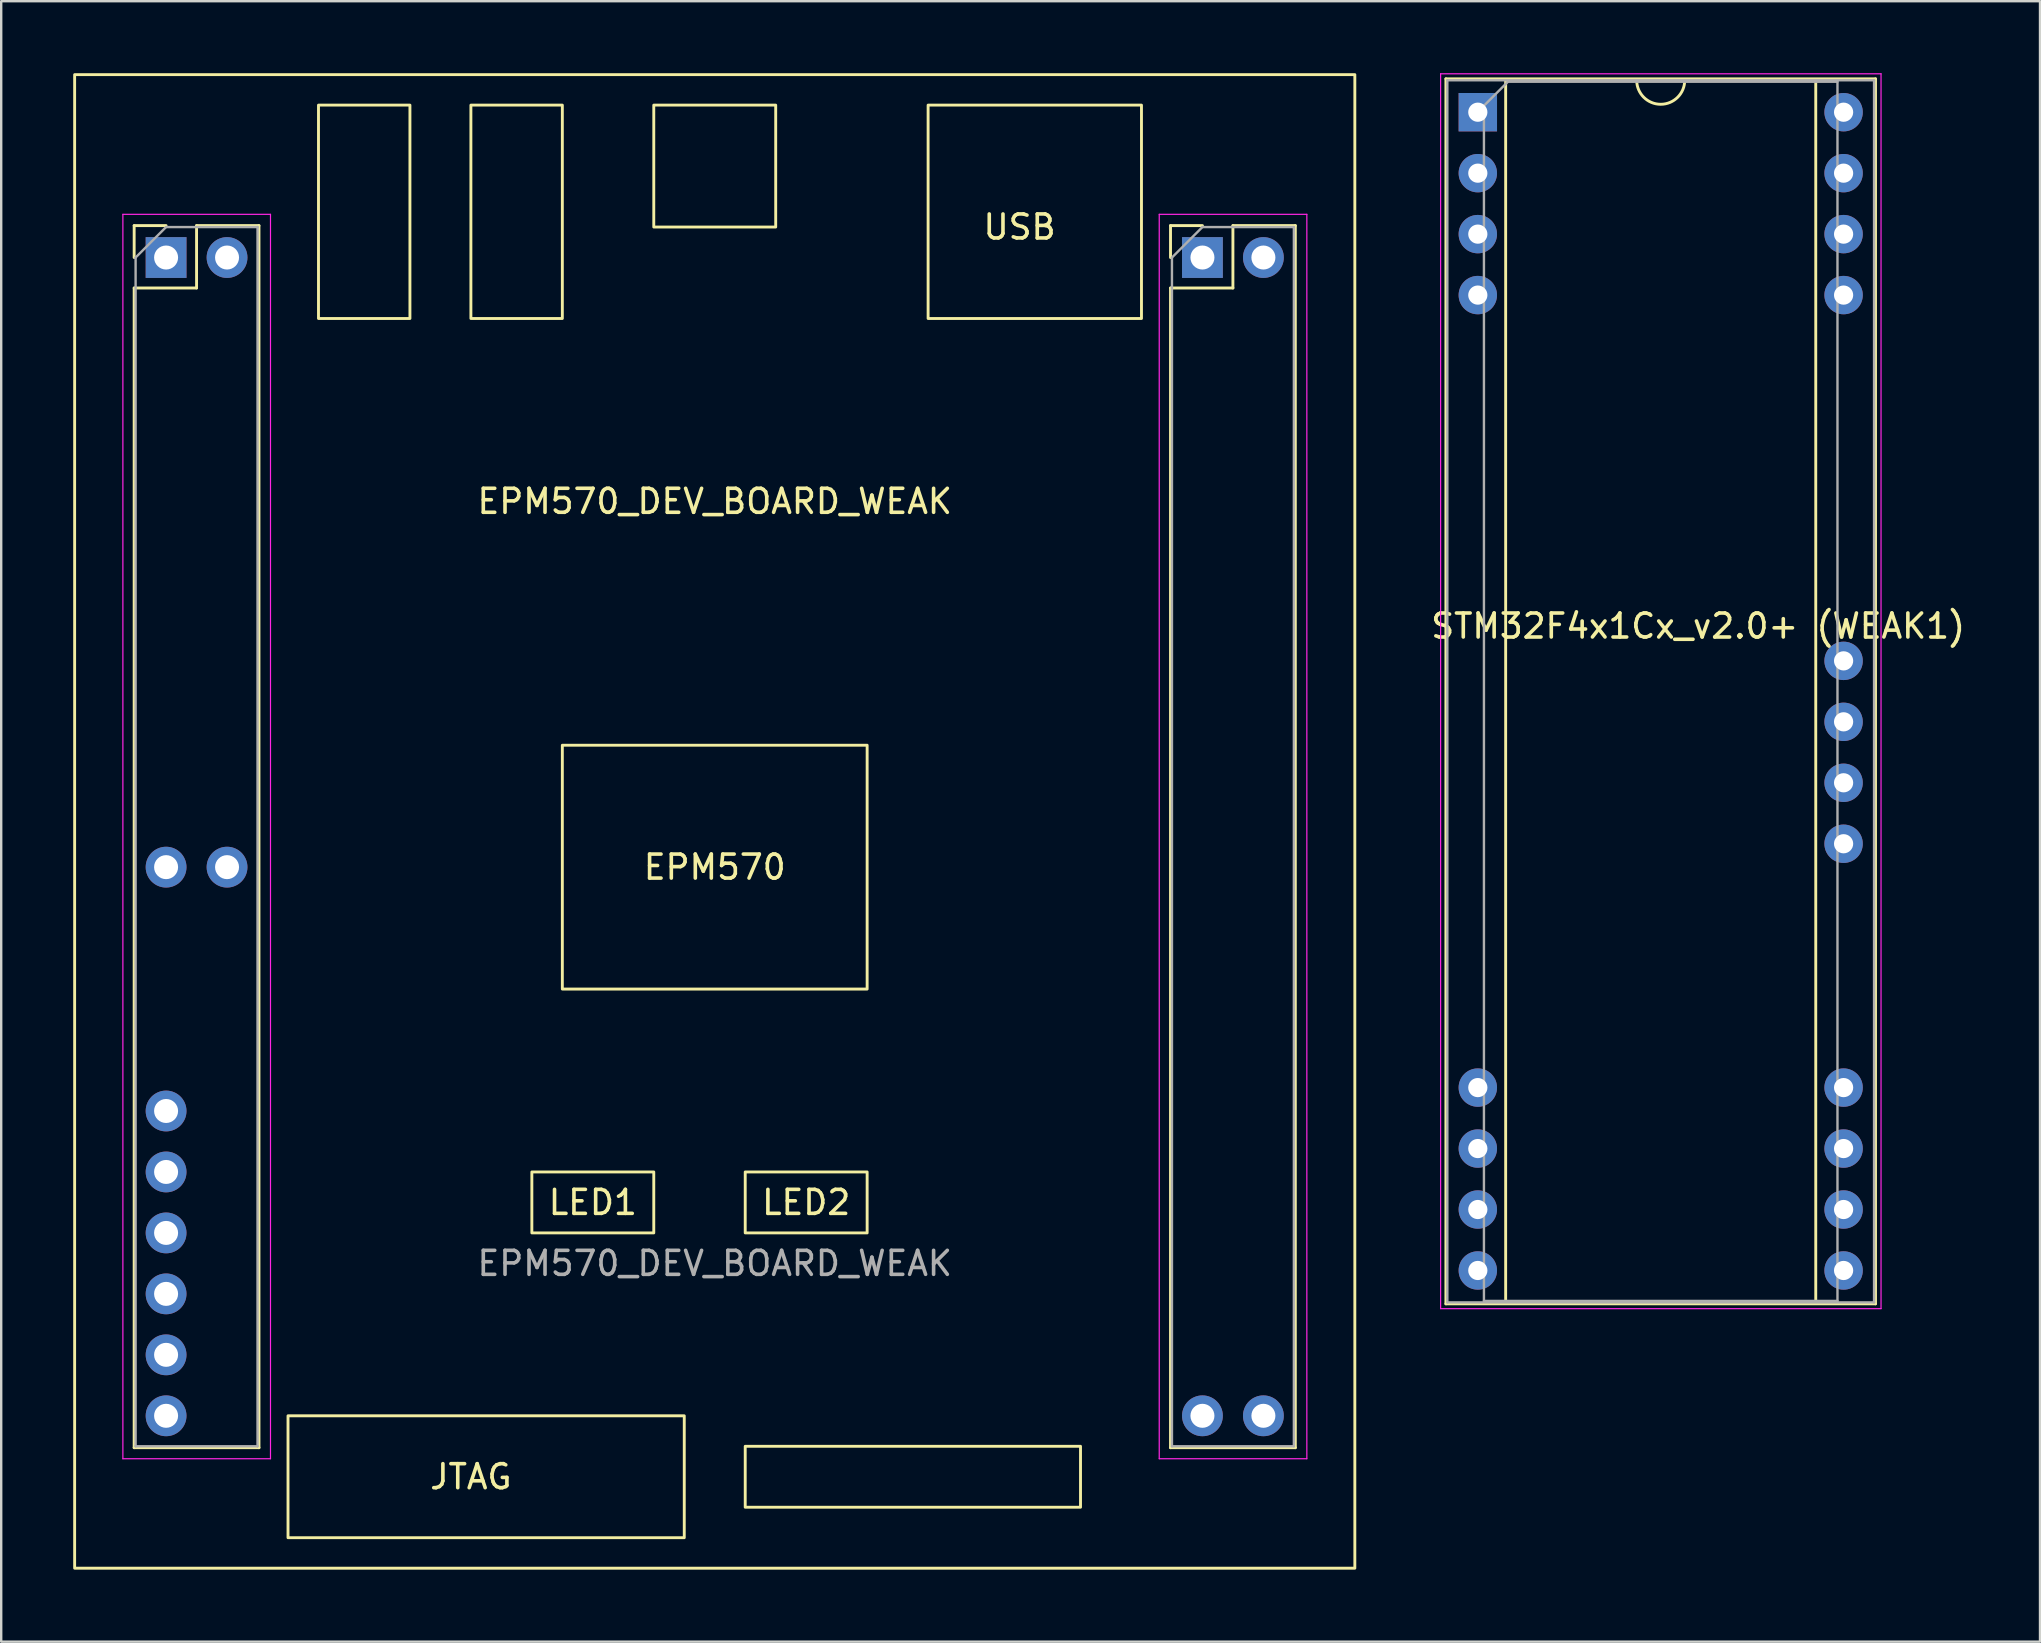
<source format=kicad_pcb>
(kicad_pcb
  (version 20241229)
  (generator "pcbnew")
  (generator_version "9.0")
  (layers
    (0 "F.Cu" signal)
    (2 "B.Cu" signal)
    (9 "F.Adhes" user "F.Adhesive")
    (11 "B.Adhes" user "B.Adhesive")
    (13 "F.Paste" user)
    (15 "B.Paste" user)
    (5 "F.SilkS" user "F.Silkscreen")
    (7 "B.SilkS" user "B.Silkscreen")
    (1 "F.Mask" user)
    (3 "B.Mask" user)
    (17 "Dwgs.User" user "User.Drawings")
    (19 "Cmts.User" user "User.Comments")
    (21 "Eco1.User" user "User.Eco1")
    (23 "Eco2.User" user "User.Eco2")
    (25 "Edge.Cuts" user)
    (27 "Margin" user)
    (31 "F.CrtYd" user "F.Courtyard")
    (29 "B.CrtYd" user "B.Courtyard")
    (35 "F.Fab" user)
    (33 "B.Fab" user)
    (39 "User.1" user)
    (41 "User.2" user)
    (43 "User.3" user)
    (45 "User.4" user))
  (footprint "STM32F4x1Cx_v2.0+ (WEAK1)"
    (layer "F.Cu")
    (at 67.704 23.535)
    (property "Reference" "STM32F4x1Cx_v2.0+ (WEAK1)" (at 0 -0.5 0) (unlocked yes) (layer "F.SilkS") (effects (font (size 1 1) (thickness 0.15))))
    (attr through_hole)
    (fp_line (start -10.51 -23.3) (end -10.51 27.74) (stroke (width 0.12) (type solid)) (layer "F.SilkS"))
    (fp_line (start -10.51 27.74) (end 7.39 27.74) (stroke (width 0.12) (type solid)) (layer "F.SilkS"))
    (fp_line (start -8.02 -23.24) (end -8.02 27.68) (stroke (width 0.12) (type solid)) (layer "F.SilkS"))
    (fp_line (start -8.02 27.68) (end 4.9 27.68) (stroke (width 0.12) (type solid)) (layer "F.SilkS"))
    (fp_line (start -2.56 -23.24) (end -8.02 -23.24) (stroke (width 0.12) (type solid)) (layer "F.SilkS"))
    (fp_line (start 4.9 -23.24) (end -0.56 -23.24) (stroke (width 0.12) (type solid)) (layer "F.SilkS"))
    (fp_line (start 4.9 27.68) (end 4.9 -23.24) (stroke (width 0.12) (type solid)) (layer "F.SilkS"))
    (fp_line (start 7.39 -23.3) (end -10.51 -23.3) (stroke (width 0.12) (type solid)) (layer "F.SilkS"))
    (fp_line (start 7.39 27.74) (end 7.39 -23.3) (stroke (width 0.12) (type solid)) (layer "F.SilkS"))
    (fp_arc (start -0.56 -23.24) (mid -1.56 -22.24) (end -2.56 -23.24) (stroke (width 0.12) (type solid)) (layer "F.SilkS"))
    (fp_line (start -10.73 -23.51) (end -10.73 27.94) (stroke (width 0.05) (type solid)) (layer "F.CrtYd"))
    (fp_line (start -10.73 27.94) (end 7.62 27.94) (stroke (width 0.05) (type solid)) (layer "F.CrtYd"))
    (fp_line (start 7.62 -23.51) (end -10.73 -23.51) (stroke (width 0.05) (type solid)) (layer "F.CrtYd"))
    (fp_line (start 7.62 27.94) (end 7.62 -23.51) (stroke (width 0.05) (type solid)) (layer "F.CrtYd"))
    (fp_line (start -10.45 -23.24) (end -10.45 27.68) (stroke (width 0.1) (type solid)) (layer "F.Fab"))
    (fp_line (start -10.45 27.68) (end 7.33 27.68) (stroke (width 0.1) (type solid)) (layer "F.Fab"))
    (fp_line (start -8.925 -22.18) (end -7.925 -23.18) (stroke (width 0.1) (type solid)) (layer "F.Fab"))
    (fp_line (start -8.925 27.62) (end -8.925 -22.18) (stroke (width 0.1) (type solid)) (layer "F.Fab"))
    (fp_line (start -7.925 -23.18) (end 5.805 -23.18) (stroke (width 0.1) (type solid)) (layer "F.Fab"))
    (fp_line (start 5.805 -23.18) (end 5.805 27.62) (stroke (width 0.1) (type solid)) (layer "F.Fab"))
    (fp_line (start 5.805 27.62) (end -8.925 27.62) (stroke (width 0.1) (type solid)) (layer "F.Fab"))
    (fp_line (start 7.33 -23.24) (end -10.45 -23.24) (stroke (width 0.1) (type solid)) (layer "F.Fab"))
    (fp_line (start 7.33 27.68) (end 7.33 -23.24) (stroke (width 0.1) (type solid)) (layer "F.Fab"))
    (pad "1" thru_hole rect (at -9.18 -21.91) (size 1.6 1.6) (drill 0.8) (layers "*.Cu" "*.Mask"))
    (pad "2" thru_hole oval (at -9.18 -19.37) (size 1.6 1.6) (drill 0.8) (layers "*.Cu" "*.Mask"))
    (pad "3" thru_hole oval (at -9.18 -16.83) (size 1.6 1.6) (drill 0.8) (layers "*.Cu" "*.Mask"))
    (pad "4" thru_hole oval (at -9.18 -14.29) (size 1.6 1.6) (drill 0.8) (layers "*.Cu" "*.Mask"))
    (pad "17" thru_hole oval (at -9.18 18.73) (size 1.6 1.6) (drill 0.8) (layers "*.Cu" "*.Mask"))
    (pad "18" thru_hole oval (at -9.18 21.27) (size 1.6 1.6) (drill 0.8) (layers "*.Cu" "*.Mask"))
    (pad "19" thru_hole oval (at -9.18 23.81) (size 1.6 1.6) (drill 0.8) (layers "*.Cu" "*.Mask"))
    (pad "20" thru_hole oval (at -9.18 26.35) (size 1.6 1.6) (drill 0.8) (layers "*.Cu" "*.Mask"))
    (pad "21" thru_hole oval (at 6.06 26.35) (size 1.6 1.6) (drill 0.8) (layers "*.Cu" "*.Mask"))
    (pad "22" thru_hole oval (at 6.06 23.81) (size 1.6 1.6) (drill 0.8) (layers "*.Cu" "*.Mask"))
    (pad "23" thru_hole oval (at 6.06 21.27) (size 1.6 1.6) (drill 0.8) (layers "*.Cu" "*.Mask"))
    (pad "24" thru_hole oval (at 6.06 18.73) (size 1.6 1.6) (drill 0.8) (layers "*.Cu" "*.Mask"))
    (pad "28" thru_hole oval (at 6.06 8.57) (size 1.6 1.6) (drill 0.8) (layers "*.Cu" "*.Mask"))
    (pad "29" thru_hole oval (at 6.06 6.03) (size 1.6 1.6) (drill 0.8) (layers "*.Cu" "*.Mask"))
    (pad "30" thru_hole oval (at 6.06 3.49) (size 1.6 1.6) (drill 0.8) (layers "*.Cu" "*.Mask"))
    (pad "31" thru_hole oval (at 6.06 0.95) (size 1.6 1.6) (drill 0.8) (layers "*.Cu" "*.Mask"))
    (pad "37" thru_hole oval (at 6.06 -14.29) (size 1.6 1.6) (drill 0.8) (layers "*.Cu" "*.Mask"))
    (pad "38" thru_hole oval (at 6.06 -16.83) (size 1.6 1.6) (drill 0.8) (layers "*.Cu" "*.Mask"))
    (pad "39" thru_hole oval (at 6.06 -19.37) (size 1.6 1.6) (drill 0.8) (layers "*.Cu" "*.Mask"))
    (pad "40" thru_hole oval (at 6.06 -21.91) (size 1.6 1.6) (drill 0.8) (layers "*.Cu" "*.Mask")))
  (footprint "EPM570_DEV_BOARD_WEAK"
    (layer "F.Cu")
    (at 26.73 33.08)
    (property "Reference" "EPM570_DEV_BOARD_WEAK" (at 0 -15.24 0) (unlocked yes) (layer "F.SilkS") (effects (font (size 1 1) (thickness 0.15))))
    (attr through_hole)
    (fp_line (start -24.19 -26.73) (end -22.86 -26.73) (stroke (width 0.12) (type solid)) (layer "F.SilkS"))
    (fp_line (start -24.19 -25.4) (end -24.19 -26.73) (stroke (width 0.12) (type solid)) (layer "F.SilkS"))
    (fp_line (start -24.19 -24.13) (end -24.19 24.19) (stroke (width 0.12) (type solid)) (layer "F.SilkS"))
    (fp_line (start -24.19 -24.13) (end -21.59 -24.13) (stroke (width 0.12) (type solid)) (layer "F.SilkS"))
    (fp_line (start -24.19 24.19) (end -18.99 24.19) (stroke (width 0.12) (type solid)) (layer "F.SilkS"))
    (fp_line (start -21.59 -26.73) (end -18.99 -26.73) (stroke (width 0.12) (type solid)) (layer "F.SilkS"))
    (fp_line (start -21.59 -24.13) (end -21.59 -26.73) (stroke (width 0.12) (type solid)) (layer "F.SilkS"))
    (fp_line (start -18.99 -26.73) (end -18.99 24.19) (stroke (width 0.12) (type solid)) (layer "F.SilkS"))
    (fp_line (start 18.99 -26.73) (end 20.32 -26.73) (stroke (width 0.12) (type solid)) (layer "F.SilkS"))
    (fp_line (start 18.99 -25.4) (end 18.99 -26.73) (stroke (width 0.12) (type solid)) (layer "F.SilkS"))
    (fp_line (start 18.99 -24.13) (end 18.99 24.19) (stroke (width 0.12) (type solid)) (layer "F.SilkS"))
    (fp_line (start 18.99 -24.13) (end 21.59 -24.13) (stroke (width 0.12) (type solid)) (layer "F.SilkS"))
    (fp_line (start 18.99 24.19) (end 24.19 24.19) (stroke (width 0.12) (type solid)) (layer "F.SilkS"))
    (fp_line (start 21.59 -26.73) (end 24.19 -26.73) (stroke (width 0.12) (type solid)) (layer "F.SilkS"))
    (fp_line (start 21.59 -24.13) (end 21.59 -26.73) (stroke (width 0.12) (type solid)) (layer "F.SilkS"))
    (fp_line (start 24.19 -26.73) (end 24.19 24.19) (stroke (width 0.12) (type solid)) (layer "F.SilkS"))
    (fp_rect (start -26.67 -33.02) (end 26.67 29.21) (stroke (width 0.12) (type solid)) (fill no) (layer "F.SilkS"))
    (fp_rect (start -17.78 22.86) (end -1.27 27.94) (stroke (width 0.12) (type solid)) (fill no) (layer "F.SilkS"))
    (fp_rect (start -16.51 -31.75) (end -12.7 -22.86) (stroke (width 0.12) (type solid)) (fill no) (layer "F.SilkS"))
    (fp_rect (start -10.16 -31.75) (end -6.35 -22.86) (stroke (width 0.12) (type solid)) (fill no) (layer "F.SilkS"))
    (fp_rect (start -7.62 12.7) (end -2.54 15.24) (stroke (width 0.12) (type solid)) (fill no) (layer "F.SilkS"))
    (fp_rect (start -6.35 -5.08) (end 6.35 5.08) (stroke (width 0.12) (type solid)) (fill no) (layer "F.SilkS"))
    (fp_rect (start -2.54 -31.75) (end 2.54 -26.67) (stroke (width 0.12) (type solid)) (fill no) (layer "F.SilkS"))
    (fp_rect (start 1.27 24.13) (end 15.24 26.67) (stroke (width 0.12) (type solid)) (fill no) (layer "F.SilkS"))
    (fp_rect (start 6.35 15.24) (end 1.27 12.7) (stroke (width 0.12) (type solid)) (fill no) (layer "F.SilkS"))
    (fp_rect (start 8.89 -31.75) (end 17.78 -22.86) (stroke (width 0.12) (type solid)) (fill no) (layer "F.SilkS"))
    (fp_line (start -24.66 -27.2) (end -24.66 24.65) (stroke (width 0.05) (type solid)) (layer "F.CrtYd"))
    (fp_line (start -24.66 24.65) (end -18.51 24.65) (stroke (width 0.05) (type solid)) (layer "F.CrtYd"))
    (fp_line (start -18.51 -27.2) (end -24.66 -27.2) (stroke (width 0.05) (type solid)) (layer "F.CrtYd"))
    (fp_line (start -18.51 24.65) (end -18.51 -27.2) (stroke (width 0.05) (type solid)) (layer "F.CrtYd"))
    (fp_line (start 18.52 -27.2) (end 18.52 24.65) (stroke (width 0.05) (type solid)) (layer "F.CrtYd"))
    (fp_line (start 18.52 24.65) (end 24.67 24.65) (stroke (width 0.05) (type solid)) (layer "F.CrtYd"))
    (fp_line (start 24.67 -27.2) (end 18.52 -27.2) (stroke (width 0.05) (type solid)) (layer "F.CrtYd"))
    (fp_line (start 24.67 24.65) (end 24.67 -27.2) (stroke (width 0.05) (type solid)) (layer "F.CrtYd"))
    (fp_line (start -24.13 -25.4) (end -22.86 -26.67) (stroke (width 0.1) (type solid)) (layer "F.Fab"))
    (fp_line (start -24.13 24.13) (end -24.13 -25.4) (stroke (width 0.1) (type solid)) (layer "F.Fab"))
    (fp_line (start -22.86 -26.67) (end -19.05 -26.67) (stroke (width 0.1) (type solid)) (layer "F.Fab"))
    (fp_line (start -19.05 -26.67) (end -19.05 24.13) (stroke (width 0.1) (type solid)) (layer "F.Fab"))
    (fp_line (start -19.05 24.13) (end -24.13 24.13) (stroke (width 0.1) (type solid)) (layer "F.Fab"))
    (fp_line (start 19.05 -25.4) (end 20.32 -26.67) (stroke (width 0.1) (type solid)) (layer "F.Fab"))
    (fp_line (start 19.05 24.13) (end 19.05 -25.4) (stroke (width 0.1) (type solid)) (layer "F.Fab"))
    (fp_line (start 20.32 -26.67) (end 24.13 -26.67) (stroke (width 0.1) (type solid)) (layer "F.Fab"))
    (fp_line (start 24.13 -26.67) (end 24.13 24.13) (stroke (width 0.1) (type solid)) (layer "F.Fab"))
    (fp_line (start 24.13 24.13) (end 19.05 24.13) (stroke (width 0.1) (type solid)) (layer "F.Fab"))
    (fp_text user "JTAG" (at -10.16 25.4 0) (unlocked yes) (layer "F.SilkS") (effects (font (size 1 1) (thickness 0.15))))
    (fp_text user "USB" (at 12.7 -26.67 0) (unlocked yes) (layer "F.SilkS") (effects (font (size 1 1) (thickness 0.15))))
    (fp_text user "EPM570" (at 0 0 0) (unlocked yes) (layer "F.SilkS") (effects (font (size 1 1) (thickness 0.15))))
    (fp_text user "LED2" (at 3.81 13.97 0) (unlocked yes) (layer "F.SilkS") (effects (font (size 1 1) (thickness 0.15))))
    (fp_text user "LED1" (at -5.08 13.97 0) (unlocked yes) (layer "F.SilkS") (effects (font (size 1 1) (thickness 0.15))))
    (fp_text user "${REFERENCE}" (at 0 16.51 0) (unlocked yes) (layer "F.Fab") (effects (font (size 1 1) (thickness 0.15))))
    (pad "1" thru_hole rect (at -22.86 -25.4) (size 1.7 1.7) (drill 1) (layers "*.Cu" "*.Mask"))
    (pad "2" thru_hole oval (at -20.32 -25.4) (size 1.7 1.7) (drill 1) (layers "*.Cu" "*.Mask"))
    (pad "21" thru_hole oval (at -22.86 0) (size 1.7 1.7) (drill 1) (layers "*.Cu" "*.Mask"))
    (pad "22" thru_hole oval (at -20.32 0) (size 1.7 1.7) (drill 1) (layers "*.Cu" "*.Mask"))
    (pad "29" thru_hole oval (at -22.86 10.16) (size 1.7 1.7) (drill 1) (layers "*.Cu" "*.Mask"))
    (pad "31" thru_hole oval (at -22.86 12.7) (size 1.7 1.7) (drill 1) (layers "*.Cu" "*.Mask"))
    (pad "33" thru_hole oval (at -22.86 15.24) (size 1.7 1.7) (drill 1) (layers "*.Cu" "*.Mask"))
    (pad "35" thru_hole oval (at -22.86 17.78) (size 1.7 1.7) (drill 1) (layers "*.Cu" "*.Mask"))
    (pad "37" thru_hole oval (at -22.86 20.32) (size 1.7 1.7) (drill 1) (layers "*.Cu" "*.Mask"))
    (pad "39" thru_hole oval (at -22.86 22.86) (size 1.7 1.7) (drill 1) (layers "*.Cu" "*.Mask"))
    (pad "41" thru_hole rect (at 20.32 -25.4) (size 1.7 1.7) (drill 1) (layers "*.Cu" "*.Mask"))
    (pad "42" thru_hole oval (at 22.86 -25.4) (size 1.7 1.7) (drill 1) (layers "*.Cu" "*.Mask"))
    (pad "79" thru_hole oval (at 20.32 22.86) (size 1.7 1.7) (drill 1) (layers "*.Cu" "*.Mask"))
    (pad "80" thru_hole oval (at 22.86 22.86) (size 1.7 1.7) (drill 1) (layers "*.Cu" "*.Mask")))
  (gr_rect
    (start -3 -3)
    (end 81.948 65.35)
    (stroke (width 0.1) (type default))
    (fill no)
    (layer "Edge.Cuts")))
</source>
